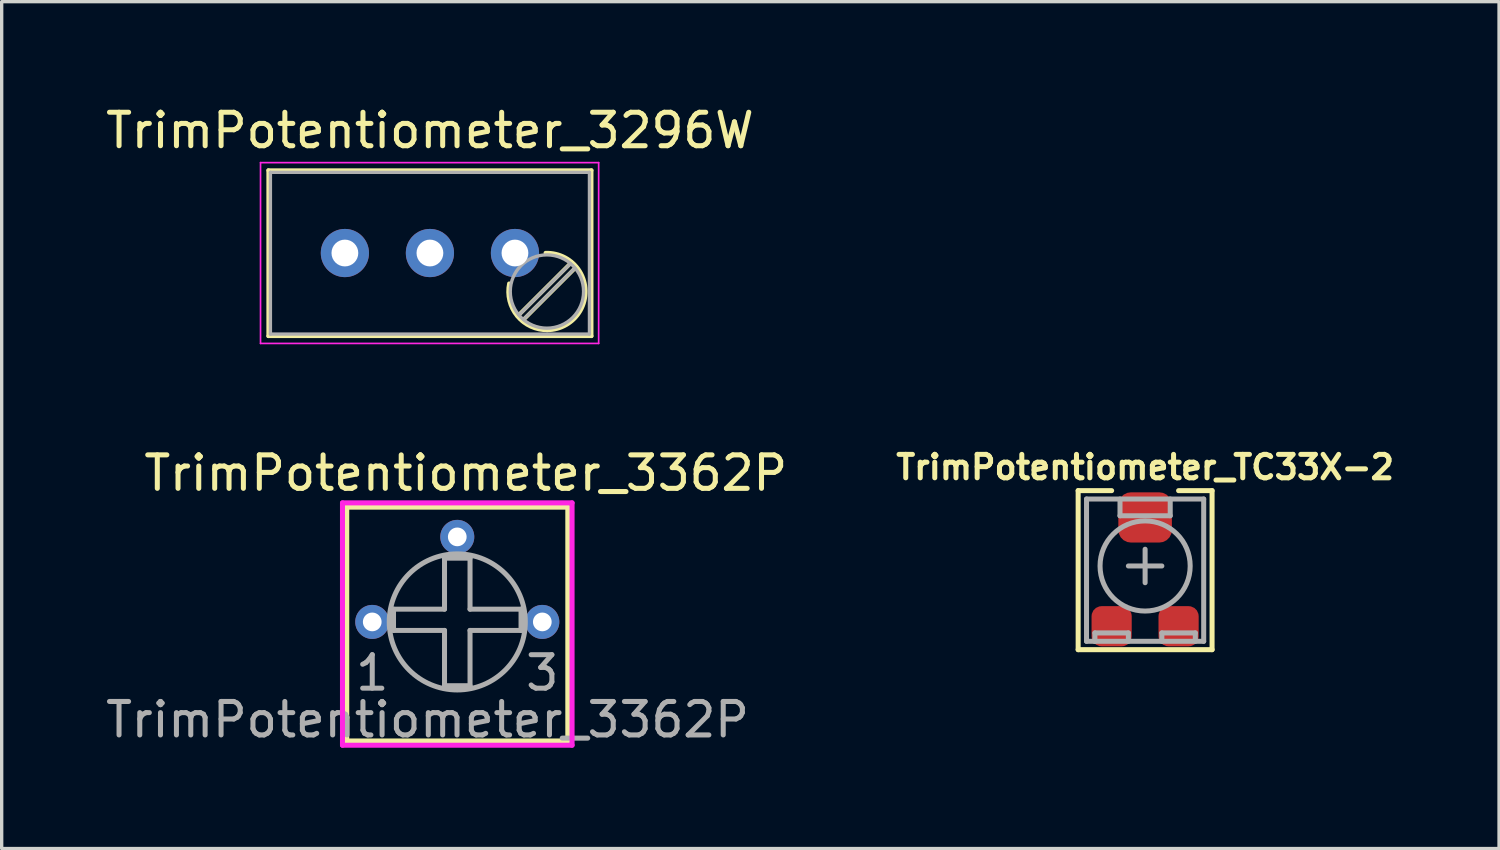
<source format=kicad_pcb>
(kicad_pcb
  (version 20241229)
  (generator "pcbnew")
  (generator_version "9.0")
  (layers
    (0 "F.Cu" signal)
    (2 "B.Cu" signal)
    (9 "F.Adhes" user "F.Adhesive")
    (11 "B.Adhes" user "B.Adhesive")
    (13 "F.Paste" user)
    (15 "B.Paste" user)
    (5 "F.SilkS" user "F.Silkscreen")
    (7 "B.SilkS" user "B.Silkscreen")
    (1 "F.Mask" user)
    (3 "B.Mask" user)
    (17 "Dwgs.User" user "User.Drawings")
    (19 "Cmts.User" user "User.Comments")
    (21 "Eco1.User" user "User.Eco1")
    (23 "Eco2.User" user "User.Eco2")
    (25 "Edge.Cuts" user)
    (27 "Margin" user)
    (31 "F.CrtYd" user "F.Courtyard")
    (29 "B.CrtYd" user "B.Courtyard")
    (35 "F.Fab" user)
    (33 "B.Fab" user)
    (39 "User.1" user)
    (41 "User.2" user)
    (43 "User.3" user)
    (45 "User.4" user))
  (footprint "TrimPotentiometer_3296W"
    (layer "F.Cu")
    (at 12.332 4.508)
    (property "Reference" "TrimPotentiometer_3296W" (at -2.54 -3.66 0) (layer "F.SilkS") (effects (font (size 1 1) (thickness 0.15))))
    (attr through_hole)
    (fp_line (start -7.365 -2.47) (end -7.365 2.481) (stroke (width 0.12) (type solid)) (layer "F.SilkS"))
    (fp_line (start -7.365 -2.47) (end 2.285 -2.47) (stroke (width 0.12) (type solid)) (layer "F.SilkS"))
    (fp_line (start -7.365 2.481) (end 2.285 2.481) (stroke (width 0.12) (type solid)) (layer "F.SilkS"))
    (fp_line (start 1.691 0.275) (end 0.079 1.885) (stroke (width 0.12) (type solid)) (layer "F.SilkS"))
    (fp_line (start 1.831 0.416) (end 0.22 2.026) (stroke (width 0.12) (type solid)) (layer "F.SilkS"))
    (fp_line (start 2.285 -2.47) (end 2.285 2.481) (stroke (width 0.12) (type solid)) (layer "F.SilkS"))
    (fp_arc (start 0.914691 -0.004296) (mid 2.109824 1.129842) (end 0.955 2.305) (stroke (width 0.12) (type solid)) (layer "F.SilkS"))
    (fp_arc (start 0.975121 2.304052) (mid 0.064355 1.884161) (end -0.174 0.91) (stroke (width 0.12) (type solid)) (layer "F.SilkS"))
    (fp_line (start -7.6 -2.7) (end -7.6 2.7) (stroke (width 0.05) (type solid)) (layer "F.CrtYd"))
    (fp_line (start -7.6 2.7) (end 2.5 2.7) (stroke (width 0.05) (type solid)) (layer "F.CrtYd"))
    (fp_line (start 2.5 -2.7) (end -7.6 -2.7) (stroke (width 0.05) (type solid)) (layer "F.CrtYd"))
    (fp_line (start 2.5 2.7) (end 2.5 -2.7) (stroke (width 0.05) (type solid)) (layer "F.CrtYd"))
    (fp_line (start -7.305 -2.41) (end -7.305 2.42) (stroke (width 0.1) (type solid)) (layer "F.Fab"))
    (fp_line (start -7.305 2.42) (end 2.225 2.42) (stroke (width 0.1) (type solid)) (layer "F.Fab"))
    (fp_line (start 1.652 0.32) (end 0.125 1.847) (stroke (width 0.1) (type solid)) (layer "F.Fab"))
    (fp_line (start 1.786 0.454) (end 0.259 1.981) (stroke (width 0.1) (type solid)) (layer "F.Fab"))
    (fp_line (start 2.225 -2.41) (end -7.305 -2.41) (stroke (width 0.1) (type solid)) (layer "F.Fab"))
    (fp_line (start 2.225 2.42) (end 2.225 -2.41) (stroke (width 0.1) (type solid)) (layer "F.Fab"))
    (fp_circle (center 0.955 1.15) (end 2.05 1.15) (stroke (width 0.1) (type solid)) (fill no) (layer "F.Fab"))
    (pad "1" thru_hole circle (at 0 0) (size 1.44 1.44) (drill 0.8) (layers "*.Cu" "*.Mask"))
    (pad "2" thru_hole circle (at -2.54 0) (size 1.44 1.44) (drill 0.8) (layers "*.Cu" "*.Mask"))
    (pad "3" thru_hole circle (at -5.08 0) (size 1.44 1.44) (drill 0.8) (layers "*.Cu" "*.Mask")))
  (footprint "TrimPotentiometer_TC33X-2"
    (layer "F.Cu")
    (at 31.155 13.856)
    (property "Reference" "TrimPotentiometer_TC33X-2" (at 0 -2.95 0) (layer "F.SilkS") (effects (font (size 0.7 0.7) (thickness 0.15))))
    (attr smd)
    (fp_line (start -2 -2.25) (end -2 2.5) (stroke (width 0.15) (type solid)) (layer "F.SilkS"))
    (fp_line (start -2 -2.25) (end -1 -2.25) (stroke (width 0.15) (type solid)) (layer "F.SilkS"))
    (fp_line (start -2 2.5) (end 2 2.5) (stroke (width 0.15) (type solid)) (layer "F.SilkS"))
    (fp_line (start 1 -2.25) (end 2 -2.25) (stroke (width 0.15) (type solid)) (layer "F.SilkS"))
    (fp_line (start 2 2.5) (end 2 -2.25) (stroke (width 0.15) (type solid)) (layer "F.SilkS"))
    (fp_line (start -1.75 -2) (end 1.75 -2) (stroke (width 0.15) (type solid)) (layer "F.Fab"))
    (fp_line (start -1.75 2.25) (end -1.75 -2) (stroke (width 0.15) (type solid)) (layer "F.Fab"))
    (fp_line (start -1.5 2) (end -1.5 2.25) (stroke (width 0.15) (type solid)) (layer "F.Fab"))
    (fp_line (start -1.5 2.25) (end -1.75 2.25) (stroke (width 0.15) (type solid)) (layer "F.Fab"))
    (fp_line (start -0.75 -2) (end -0.75 -1.5) (stroke (width 0.15) (type solid)) (layer "F.Fab"))
    (fp_line (start -0.75 -1.5) (end 0.75 -1.5) (stroke (width 0.15) (type solid)) (layer "F.Fab"))
    (fp_line (start -0.5 0) (end 0.5 0) (stroke (width 0.15) (type solid)) (layer "F.Fab"))
    (fp_line (start -0.5 2) (end -1.5 2) (stroke (width 0.15) (type solid)) (layer "F.Fab"))
    (fp_line (start -0.5 2.25) (end -0.5 2) (stroke (width 0.15) (type solid)) (layer "F.Fab"))
    (fp_line (start 0 -0.5) (end 0 0.5) (stroke (width 0.15) (type solid)) (layer "F.Fab"))
    (fp_line (start 0.5 2) (end 0.5 2.25) (stroke (width 0.15) (type solid)) (layer "F.Fab"))
    (fp_line (start 0.75 -1.5) (end 0.75 -2) (stroke (width 0.15) (type solid)) (layer "F.Fab"))
    (fp_line (start 1.5 2) (end 0.5 2) (stroke (width 0.15) (type solid)) (layer "F.Fab"))
    (fp_line (start 1.5 2.25) (end 1.5 2) (stroke (width 0.15) (type solid)) (layer "F.Fab"))
    (fp_line (start 1.75 -2) (end 1.75 2.25) (stroke (width 0.15) (type solid)) (layer "F.Fab"))
    (fp_line (start 1.75 2.25) (end -1.5 2.25) (stroke (width 0.15) (type solid)) (layer "F.Fab"))
    (fp_circle (center 0 0) (end 1.25 -0.5) (stroke (width 0.15) (type solid)) (fill no) (layer "F.Fab"))
    (pad "1" smd roundrect (at -1 1.8) (size 1.2 1.2) (layers "F.Cu" "F.Mask" "F.Paste") (roundrect_rratio 0.25))
    (pad "2" smd roundrect (at 0 -1.45) (size 1.6 1.5) (layers "F.Cu" "F.Mask" "F.Paste") (roundrect_rratio 0.25))
    (pad "3" smd roundrect (at 1 1.8) (size 1.2 1.2) (layers "F.Cu" "F.Mask" "F.Paste") (roundrect_rratio 0.25)))
  (footprint "TrimPotentiometer_3362P"
    (layer "F.Cu")
    (at 10.609 15.527)
    (property "Reference" "TrimPotentiometer_3362P" (at 0.254 -4.445 0) (layer "F.SilkS") (effects (font (size 1 1) (thickness 0.15))))
    (attr through_hole)
    (fp_line (start -3.302 -3.429) (end 3.302 -3.429) (stroke (width 0.15) (type solid)) (layer "F.SilkS"))
    (fp_line (start -3.302 3.556) (end -3.302 -3.429) (stroke (width 0.15) (type solid)) (layer "F.SilkS"))
    (fp_line (start 3.302 -3.429) (end 3.302 3.556) (stroke (width 0.15) (type solid)) (layer "F.SilkS"))
    (fp_line (start 3.302 3.556) (end -3.302 3.556) (stroke (width 0.15) (type solid)) (layer "F.SilkS"))
    (fp_line (start -3.429 -3.556) (end 3.429 -3.556) (stroke (width 0.15) (type solid)) (layer "F.CrtYd"))
    (fp_line (start -3.429 3.683) (end -3.429 -3.556) (stroke (width 0.15) (type solid)) (layer "F.CrtYd"))
    (fp_line (start 3.429 -3.556) (end 3.429 3.683) (stroke (width 0.15) (type solid)) (layer "F.CrtYd"))
    (fp_line (start 3.429 3.683) (end -3.429 3.683) (stroke (width 0.15) (type solid)) (layer "F.CrtYd"))
    (fp_line (start -1.905 -0.381) (end -0.381 -0.381) (stroke (width 0.15) (type solid)) (layer "F.Fab"))
    (fp_line (start -1.905 0.254) (end -1.905 -0.381) (stroke (width 0.15) (type solid)) (layer "F.Fab"))
    (fp_line (start -0.381 -1.905) (end 0.381 -1.905) (stroke (width 0.15) (type solid)) (layer "F.Fab"))
    (fp_line (start -0.381 -0.381) (end -0.381 -1.905) (stroke (width 0.15) (type solid)) (layer "F.Fab"))
    (fp_line (start -0.381 0.254) (end -1.905 0.254) (stroke (width 0.15) (type solid)) (layer "F.Fab"))
    (fp_line (start -0.381 1.905) (end -0.381 0.254) (stroke (width 0.15) (type solid)) (layer "F.Fab"))
    (fp_line (start 0.381 -1.905) (end 0.381 -0.381) (stroke (width 0.15) (type solid)) (layer "F.Fab"))
    (fp_line (start 0.381 -0.381) (end 1.905 -0.381) (stroke (width 0.15) (type solid)) (layer "F.Fab"))
    (fp_line (start 0.381 0.254) (end 0.381 1.905) (stroke (width 0.15) (type solid)) (layer "F.Fab"))
    (fp_line (start 0.381 1.905) (end -0.381 1.905) (stroke (width 0.15) (type solid)) (layer "F.Fab"))
    (fp_line (start 1.905 -0.381) (end 1.905 0.254) (stroke (width 0.15) (type solid)) (layer "F.Fab"))
    (fp_line (start 1.905 0.254) (end 0.381 0.254) (stroke (width 0.15) (type solid)) (layer "F.Fab"))
    (fp_circle (center 0 0) (end 2.032 0) (stroke (width 0.15) (type solid)) (fill no) (layer "F.Fab"))
    (fp_text user "${REFERENCE}" (at -0.889 2.921 0) (layer "F.Fab") (effects (font (size 1 1) (thickness 0.15))))
    (fp_text user "1" (at -2.54 1.524 0) (layer "F.Fab") (effects (font (size 1 1) (thickness 0.15))))
    (fp_text user "3" (at 2.54 1.524 0) (layer "F.Fab") (effects (font (size 1 1) (thickness 0.15))))
    (pad "1" thru_hole circle (at -2.54 0) (size 1.016 1.016) (drill 0.559) (layers "*.Cu" "*.Mask"))
    (pad "2" thru_hole circle (at 0 -2.54) (size 1.016 1.016) (drill 0.559) (layers "*.Cu" "*.Mask"))
    (pad "3" thru_hole circle (at 2.54 0) (size 1.016 1.016) (drill 0.559) (layers "*.Cu" "*.Mask")))
  (gr_rect
    (start -3 -3)
    (end 41.727 22.296)
    (stroke (width 0.1) (type default))
    (fill no)
    (layer "Edge.Cuts")))
</source>
